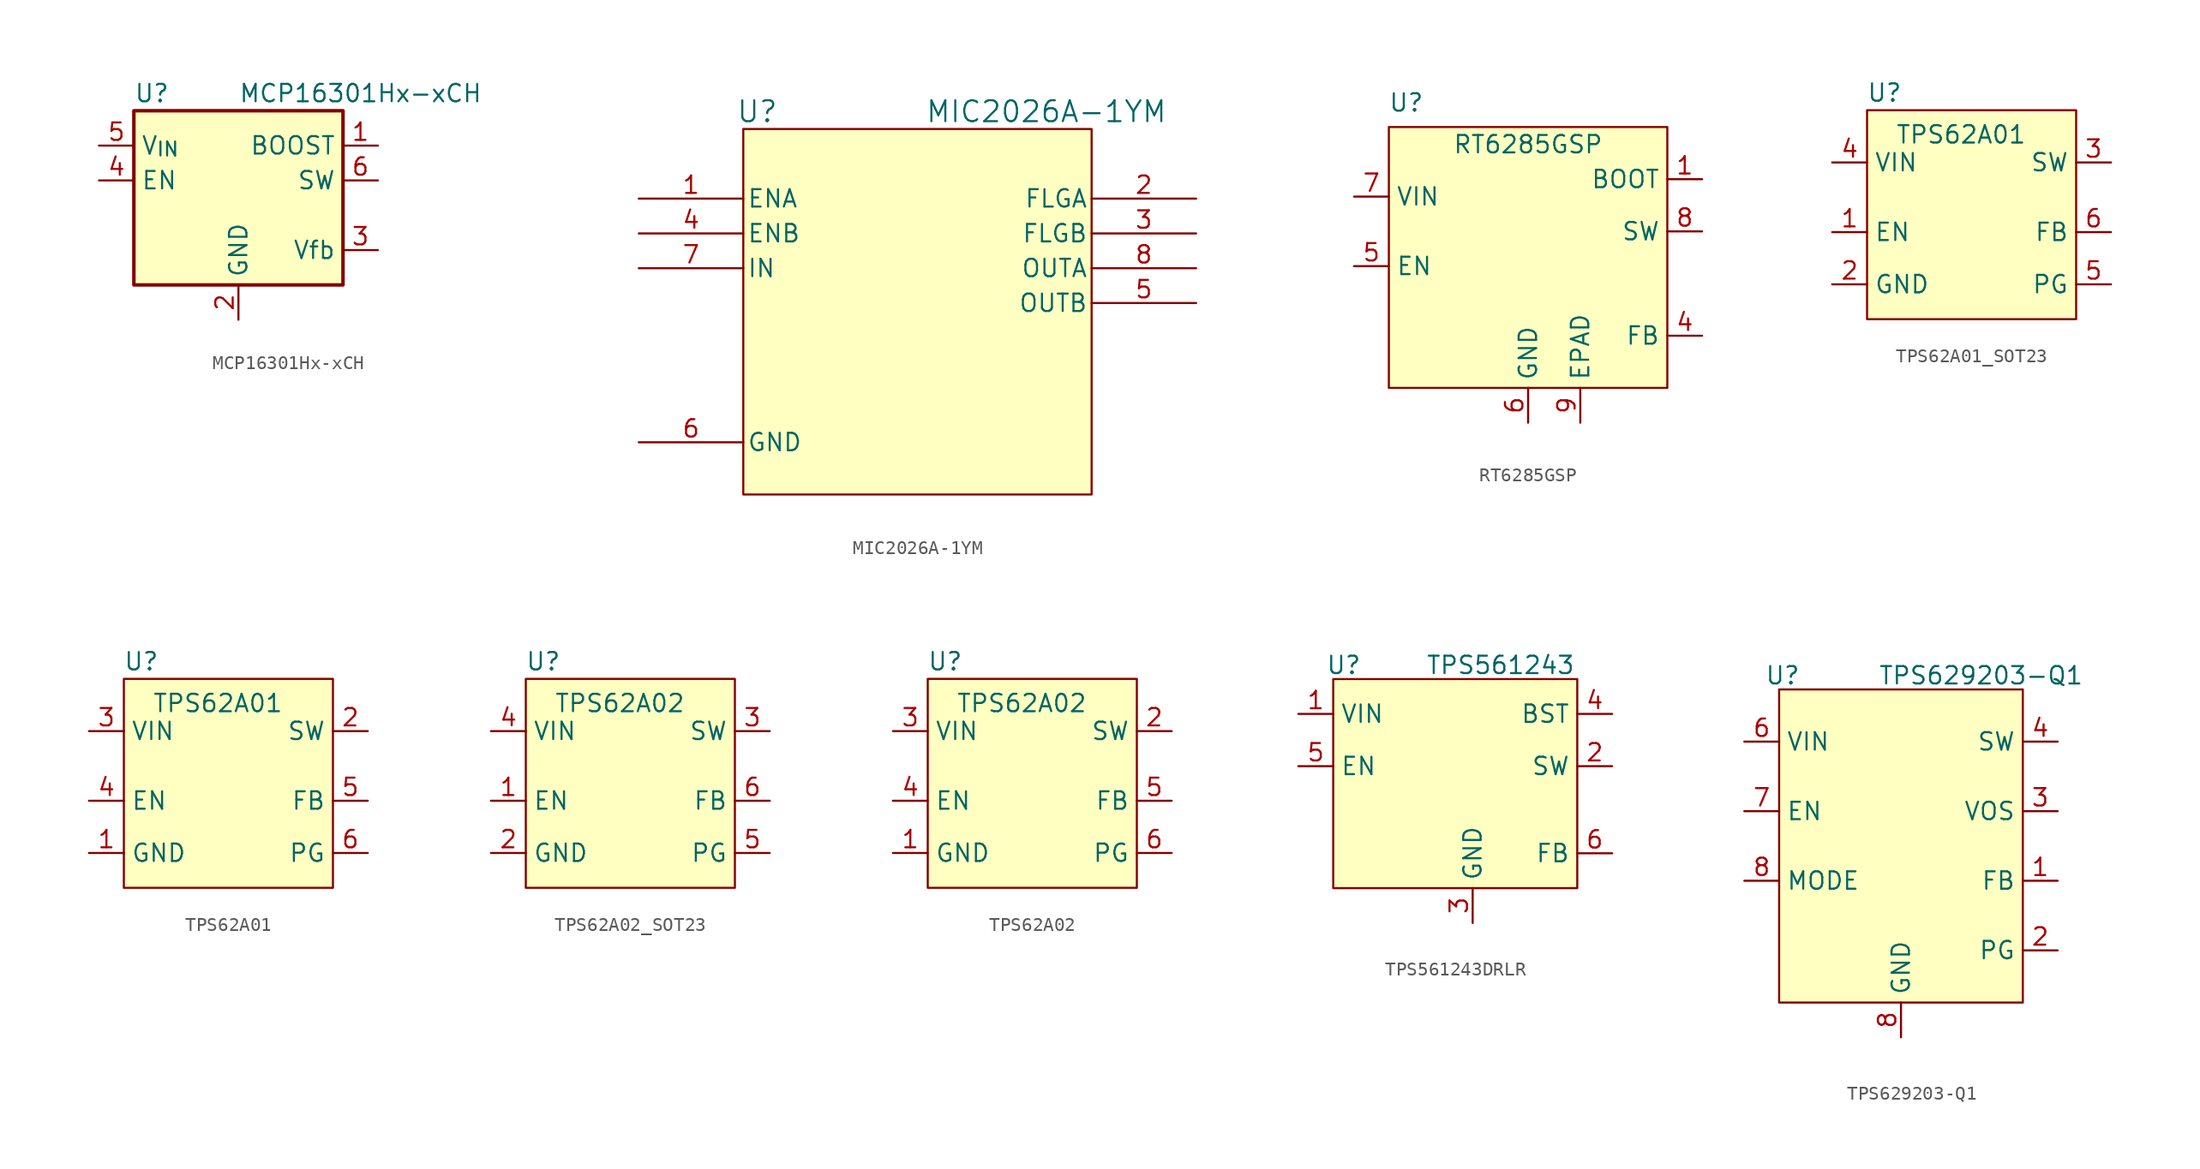
<source format=kicad_sym>
(kicad_symbol_lib
  (version 20231120)
  (generator "kicad_symbol_editor")
  (generator_version "8.0")
  (symbol "MCP16301Hx-xCH"
    (property "Reference" "U"
      (at -7.62 6.35 0)
      (effects (font (size 1.27 1.27)) (justify left)))
    (property "Value" "MCP16301Hx-xCH"
      (at 0 6.35 0)
      (effects (font (size 1.27 1.27)) (justify left)))
    (symbol "MCP16301Hx-xCH_0_1"
      (rectangle (start -7.62 5.08) (end 7.62 -7.62) (stroke (width 0.254) (type default)) (fill (type background))))
    (symbol "MCP16301Hx-xCH_1_1"
      (pin output line (at 10.16 2.54 180) (length 2.54) (name "BOOST" (effects (font (size 1.27 1.27)))) (number "1" (effects (font (size 1.27 1.27)))))
      (pin power_in line (at 0 -10.16 90) (length 2.54) (name "GND" (effects (font (size 1.27 1.27)))) (number "2" (effects (font (size 1.27 1.27)))))
      (pin input line (at 10.16 -5.08 180) (length 2.54) (name "Vfb" (effects (font (size 1.27 1.27)))) (number "3" (effects (font (size 1.27 1.27)))))
      (pin input line (at -10.16 0 0) (length 2.54) (name "EN" (effects (font (size 1.27 1.27)))) (number "4" (effects (font (size 1.27 1.27)))))
      (pin power_in line (at -10.16 2.54 0) (length 2.54) (name "V_{IN}" (effects (font (size 1.27 1.27)))) (number "5" (effects (font (size 1.27 1.27)))))
      (pin output line (at 10.16 0 180) (length 2.54) (name "SW" (effects (font (size 1.27 1.27)))) (number "6" (effects (font (size 1.27 1.27)))))))
  (symbol "MIC2026A-1YM"
    (pin_names
      (offset 0.254))
    (property "Reference" "U"
      (at 8.636 6.35 0)
      (effects (font (size 1.524 1.524))))
    (property "Value" "MIC2026A-1YM"
      (at 29.718 6.35 0)
      (effects (font (size 1.524 1.524))))
    (symbol "MIC2026A-1YM_0_1"
      (rectangle (start 7.62 5.08) (end 33.02 -21.59) (stroke (width 0) (type default)) (fill (type background)))
      (pin input line (at 0 0 0) (length 7.62) (name "ENA" (effects (font (size 1.27 1.27)))) (number "1" (effects (font (size 1.27 1.27)))))
      (pin output line (at 40.64 0 180) (length 7.62) (name "FLGA" (effects (font (size 1.27 1.27)))) (number "2" (effects (font (size 1.27 1.27)))))
      (pin output line (at 40.64 -2.54 180) (length 7.62) (name "FLGB" (effects (font (size 1.27 1.27)))) (number "3" (effects (font (size 1.27 1.27)))))
      (pin input line (at 0 -2.54 0) (length 7.62) (name "ENB" (effects (font (size 1.27 1.27)))) (number "4" (effects (font (size 1.27 1.27)))))
      (pin output line (at 40.64 -7.62 180) (length 7.62) (name "OUTB" (effects (font (size 1.27 1.27)))) (number "5" (effects (font (size 1.27 1.27)))))
      (pin power_out line (at 0 -17.78 0) (length 7.62) (name "GND" (effects (font (size 1.27 1.27)))) (number "6" (effects (font (size 1.27 1.27)))))
      (pin input line (at 0 -5.08 0) (length 7.62) (name "IN" (effects (font (size 1.27 1.27)))) (number "7" (effects (font (size 1.27 1.27)))))
      (pin output line (at 40.64 -5.08 180) (length 7.62) (name "OUTA" (effects (font (size 1.27 1.27)))) (number "8" (effects (font (size 1.27 1.27)))))))
  (symbol "RT6285GSP"
    (property "Reference" "U"
      (at -8.89 9.398 0)
      (effects (font (size 1.27 1.27))))
    (property "Value" "RT6285GSP"
      (at 0 6.35 0)
      (effects (font (size 1.27 1.27))))
    (symbol "RT6285GSP_0_0"
      (pin bidirectional line (at 12.7 3.81 180) (length 2.54) (name "BOOT" (effects (font (size 1.27 1.27)))) (number "1" (effects (font (size 1.27 1.27)))))
      (pin input line (at 12.7 -7.62 180) (length 2.54) (name "FB" (effects (font (size 1.27 1.27)))) (number "4" (effects (font (size 1.27 1.27)))))
      (pin input line (at -12.7 -2.54 0) (length 2.54) (name "EN" (effects (font (size 1.27 1.27)))) (number "5" (effects (font (size 1.27 1.27)))))
      (pin input line (at 0 -13.97 90) (length 2.54) (name "GND" (effects (font (size 1.27 1.27)))) (number "6" (effects (font (size 1.27 1.27)))))
      (pin input line (at -12.7 2.54 0) (length 2.54) (name "VIN" (effects (font (size 1.27 1.27)))) (number "7" (effects (font (size 1.27 1.27)))))
      (pin input line (at 12.7 0 180) (length 2.54) (name "SW" (effects (font (size 1.27 1.27)))) (number "8" (effects (font (size 1.27 1.27)))))
      (pin input line (at 3.81 -13.97 90) (length 2.54) (name "EPAD" (effects (font (size 1.27 1.27)))) (number "9" (effects (font (size 1.27 1.27))))))
    (symbol "RT6285GSP_0_1"
      (rectangle (start -10.16 7.62) (end 10.16 -11.43) (stroke (width 0) (type default)) (fill (type background))))
    (symbol "RT6285GSP_1_0"
      (pin no_connect line (at -12.7 -10.16 0) (length 2.54) hide (name "NC" (effects (font (size 1.27 1.27)))) (number "2" (effects (font (size 1.27 1.27)))))
      (pin no_connect line (at -12.7 -10.16 0) (length 2.54) hide (name "NC" (effects (font (size 1.27 1.27)))) (number "3" (effects (font (size 1.27 1.27)))))))
  (symbol "TPS62A01_SOT23"
    (property "Reference" "U"
      (at -6.35 7.62 0)
      (effects (font (size 1.27 1.27))))
    (property "Value" "TPS62A01"
      (at -0.762 4.572 0)
      (effects (font (size 1.27 1.27))))
    (symbol "TPS62A01_SOT23_0_1"
      (rectangle (start -7.62 6.35) (end 7.62 -8.89) (stroke (width 0) (type default)) (fill (type background))))
    (symbol "TPS62A01_SOT23_1_0"
      (pin input line (at -10.16 -2.54 0) (length 2.54) (name "EN" (effects (font (size 1.27 1.27)))) (number "1" (effects (font (size 1.27 1.27)))))
      (pin power_in line (at -10.16 -6.35 0) (length 2.54) (name "GND" (effects (font (size 1.27 1.27)))) (number "2" (effects (font (size 1.27 1.27)))))
      (pin power_out line (at 10.16 2.54 180) (length 2.54) (name "SW" (effects (font (size 1.27 1.27)))) (number "3" (effects (font (size 1.27 1.27)))))
      (pin power_in line (at -10.16 2.54 0) (length 2.54) (name "VIN" (effects (font (size 1.27 1.27)))) (number "4" (effects (font (size 1.27 1.27)))))
      (pin open_collector line (at 10.16 -6.35 180) (length 2.54) (name "PG" (effects (font (size 1.27 1.27)))) (number "5" (effects (font (size 1.27 1.27)))))
      (pin input line (at 10.16 -2.54 180) (length 2.54) (name "FB" (effects (font (size 1.27 1.27)))) (number "6" (effects (font (size 1.27 1.27)))))))
  (symbol "TPS62A01"
    (property "Reference" "U"
      (at -6.35 7.62 0)
      (effects (font (size 1.27 1.27))))
    (property "Value" "TPS62A01"
      (at -0.762 4.572 0)
      (effects (font (size 1.27 1.27))))
    (symbol "TPS62A01_0_0"
      (pin power_in line (at -10.16 -6.35 0) (length 2.54) (name "GND" (effects (font (size 1.27 1.27)))) (number "1" (effects (font (size 1.27 1.27)))))
      (pin power_out line (at 10.16 2.54 180) (length 2.54) (name "SW" (effects (font (size 1.27 1.27)))) (number "2" (effects (font (size 1.27 1.27)))))
      (pin power_in line (at -10.16 2.54 0) (length 2.54) (name "VIN" (effects (font (size 1.27 1.27)))) (number "3" (effects (font (size 1.27 1.27)))))
      (pin input line (at -10.16 -2.54 0) (length 2.54) (name "EN" (effects (font (size 1.27 1.27)))) (number "4" (effects (font (size 1.27 1.27)))))
      (pin input line (at 10.16 -2.54 180) (length 2.54) (name "FB" (effects (font (size 1.27 1.27)))) (number "5" (effects (font (size 1.27 1.27)))))
      (pin open_collector line (at 10.16 -6.35 180) (length 2.54) (name "PG" (effects (font (size 1.27 1.27)))) (number "6" (effects (font (size 1.27 1.27))))))
    (symbol "TPS62A01_0_1"
      (rectangle (start -7.62 6.35) (end 7.62 -8.89) (stroke (width 0) (type default)) (fill (type background)))))
  (symbol "TPS62A02_SOT23"
    (property "Reference" "U"
      (at -6.35 7.62 0)
      (effects (font (size 1.27 1.27))))
    (property "Value" "TPS62A02"
      (at -0.762 4.572 0)
      (effects (font (size 1.27 1.27))))
    (symbol "TPS62A02_SOT23_0_1"
      (rectangle (start -7.62 6.35) (end 7.62 -8.89) (stroke (width 0) (type default)) (fill (type background))))
    (symbol "TPS62A02_SOT23_1_0"
      (pin input line (at -10.16 -2.54 0) (length 2.54) (name "EN" (effects (font (size 1.27 1.27)))) (number "1" (effects (font (size 1.27 1.27)))))
      (pin power_in line (at -10.16 -6.35 0) (length 2.54) (name "GND" (effects (font (size 1.27 1.27)))) (number "2" (effects (font (size 1.27 1.27)))))
      (pin power_out line (at 10.16 2.54 180) (length 2.54) (name "SW" (effects (font (size 1.27 1.27)))) (number "3" (effects (font (size 1.27 1.27)))))
      (pin power_in line (at -10.16 2.54 0) (length 2.54) (name "VIN" (effects (font (size 1.27 1.27)))) (number "4" (effects (font (size 1.27 1.27)))))
      (pin open_collector line (at 10.16 -6.35 180) (length 2.54) (name "PG" (effects (font (size 1.27 1.27)))) (number "5" (effects (font (size 1.27 1.27)))))
      (pin input line (at 10.16 -2.54 180) (length 2.54) (name "FB" (effects (font (size 1.27 1.27)))) (number "6" (effects (font (size 1.27 1.27)))))))
  (symbol "TPS62A02"
    (property "Reference" "U"
      (at -6.35 7.62 0)
      (effects (font (size 1.27 1.27))))
    (property "Value" "TPS62A02"
      (at -0.762 4.572 0)
      (effects (font (size 1.27 1.27))))
    (symbol "TPS62A02_0_0"
      (pin power_in line (at -10.16 -6.35 0) (length 2.54) (name "GND" (effects (font (size 1.27 1.27)))) (number "1" (effects (font (size 1.27 1.27)))))
      (pin power_out line (at 10.16 2.54 180) (length 2.54) (name "SW" (effects (font (size 1.27 1.27)))) (number "2" (effects (font (size 1.27 1.27)))))
      (pin power_in line (at -10.16 2.54 0) (length 2.54) (name "VIN" (effects (font (size 1.27 1.27)))) (number "3" (effects (font (size 1.27 1.27)))))
      (pin input line (at -10.16 -2.54 0) (length 2.54) (name "EN" (effects (font (size 1.27 1.27)))) (number "4" (effects (font (size 1.27 1.27)))))
      (pin input line (at 10.16 -2.54 180) (length 2.54) (name "FB" (effects (font (size 1.27 1.27)))) (number "5" (effects (font (size 1.27 1.27)))))
      (pin open_collector line (at 10.16 -6.35 180) (length 2.54) (name "PG" (effects (font (size 1.27 1.27)))) (number "6" (effects (font (size 1.27 1.27))))))
    (symbol "TPS62A02_0_1"
      (rectangle (start -7.62 6.35) (end 7.62 -8.89) (stroke (width 0) (type default)) (fill (type background)))))
  (symbol "TPS561243DRLR"
    (property "Reference" "U"
      (at 0.762 1.016 0)
      (effects (font (size 1.27 1.27))))
    (property "Value" "TPS561243"
      (at 12.192 1.016 0)
      (effects (font (size 1.27 1.27))))
    (symbol "TPS561243DRLR_0_0"
      (pin power_in line (at -2.54 -2.54 0) (length 2.54) (name "VIN" (effects (font (size 1.27 1.27)))) (number "1" (effects (font (size 1.27 1.27)))))
      (pin power_out line (at 20.32 -6.35 180) (length 2.54) (name "SW" (effects (font (size 1.27 1.27)))) (number "2" (effects (font (size 1.27 1.27)))))
      (pin passive line (at 10.16 -17.78 90) (length 2.54) (name "GND" (effects (font (size 1.27 1.27)))) (number "3" (effects (font (size 1.27 1.27)))))
      (pin passive line (at 20.32 -2.54 180) (length 2.54) (name "BST" (effects (font (size 1.27 1.27)))) (number "4" (effects (font (size 1.27 1.27)))))
      (pin passive line (at -2.54 -6.35 0) (length 2.54) (name "EN" (effects (font (size 1.27 1.27)))) (number "5" (effects (font (size 1.27 1.27)))))
      (pin passive line (at 20.32 -12.7 180) (length 2.54) (name "FB" (effects (font (size 1.27 1.27)))) (number "6" (effects (font (size 1.27 1.27))))))
    (symbol "TPS561243DRLR_0_1"
      (rectangle (start 0 0) (end 17.78 -15.24) (stroke (width 0) (type default)) (fill (type background)))))
  (symbol "TPS629203-Q1"
    (property "Reference" "U"
      (at 0.254 1.016 0)
      (effects (font (size 1.27 1.27))))
    (property "Value" "TPS629203-Q1"
      (at 14.732 1.016 0)
      (effects (font (size 1.27 1.27))))
    (symbol "TPS629203-Q1_0_0"
      (pin input line (at 20.32 -13.97 180) (length 2.54) (name "FB" (effects (font (size 1.27 1.27)))) (number "1" (effects (font (size 1.27 1.27)))))
      (pin open_collector line (at 20.32 -19.05 180) (length 2.54) (name "PG" (effects (font (size 1.27 1.27)))) (number "2" (effects (font (size 1.27 1.27)))))
      (pin input line (at 20.32 -8.89 180) (length 2.54) (name "VOS" (effects (font (size 1.27 1.27)))) (number "3" (effects (font (size 1.27 1.27)))))
      (pin power_out line (at 20.32 -3.81 180) (length 2.54) (name "SW" (effects (font (size 1.27 1.27)))) (number "4" (effects (font (size 1.27 1.27)))))
      (pin power_in line (at -2.54 -3.81 0) (length 2.54) (name "VIN" (effects (font (size 1.27 1.27)))) (number "6" (effects (font (size 1.27 1.27)))))
      (pin input line (at -2.54 -8.89 0) (length 2.54) (name "EN" (effects (font (size 1.27 1.27)))) (number "7" (effects (font (size 1.27 1.27)))))
      (pin passive line (at 8.89 -25.4 90) (length 2.54) (name "GND" (effects (font (size 1.27 1.27)))) (number "8" (effects (font (size 1.27 1.27)))))
      (pin input line (at -2.54 -13.97 0) (length 2.54) (name "MODE" (effects (font (size 1.27 1.27)))) (number "8" (effects (font (size 1.27 1.27))))))
    (symbol "TPS629203-Q1_0_1"
      (rectangle (start 0 0) (end 17.78 -22.86) (stroke (width 0) (type default)) (fill (type background))))))
</source>
